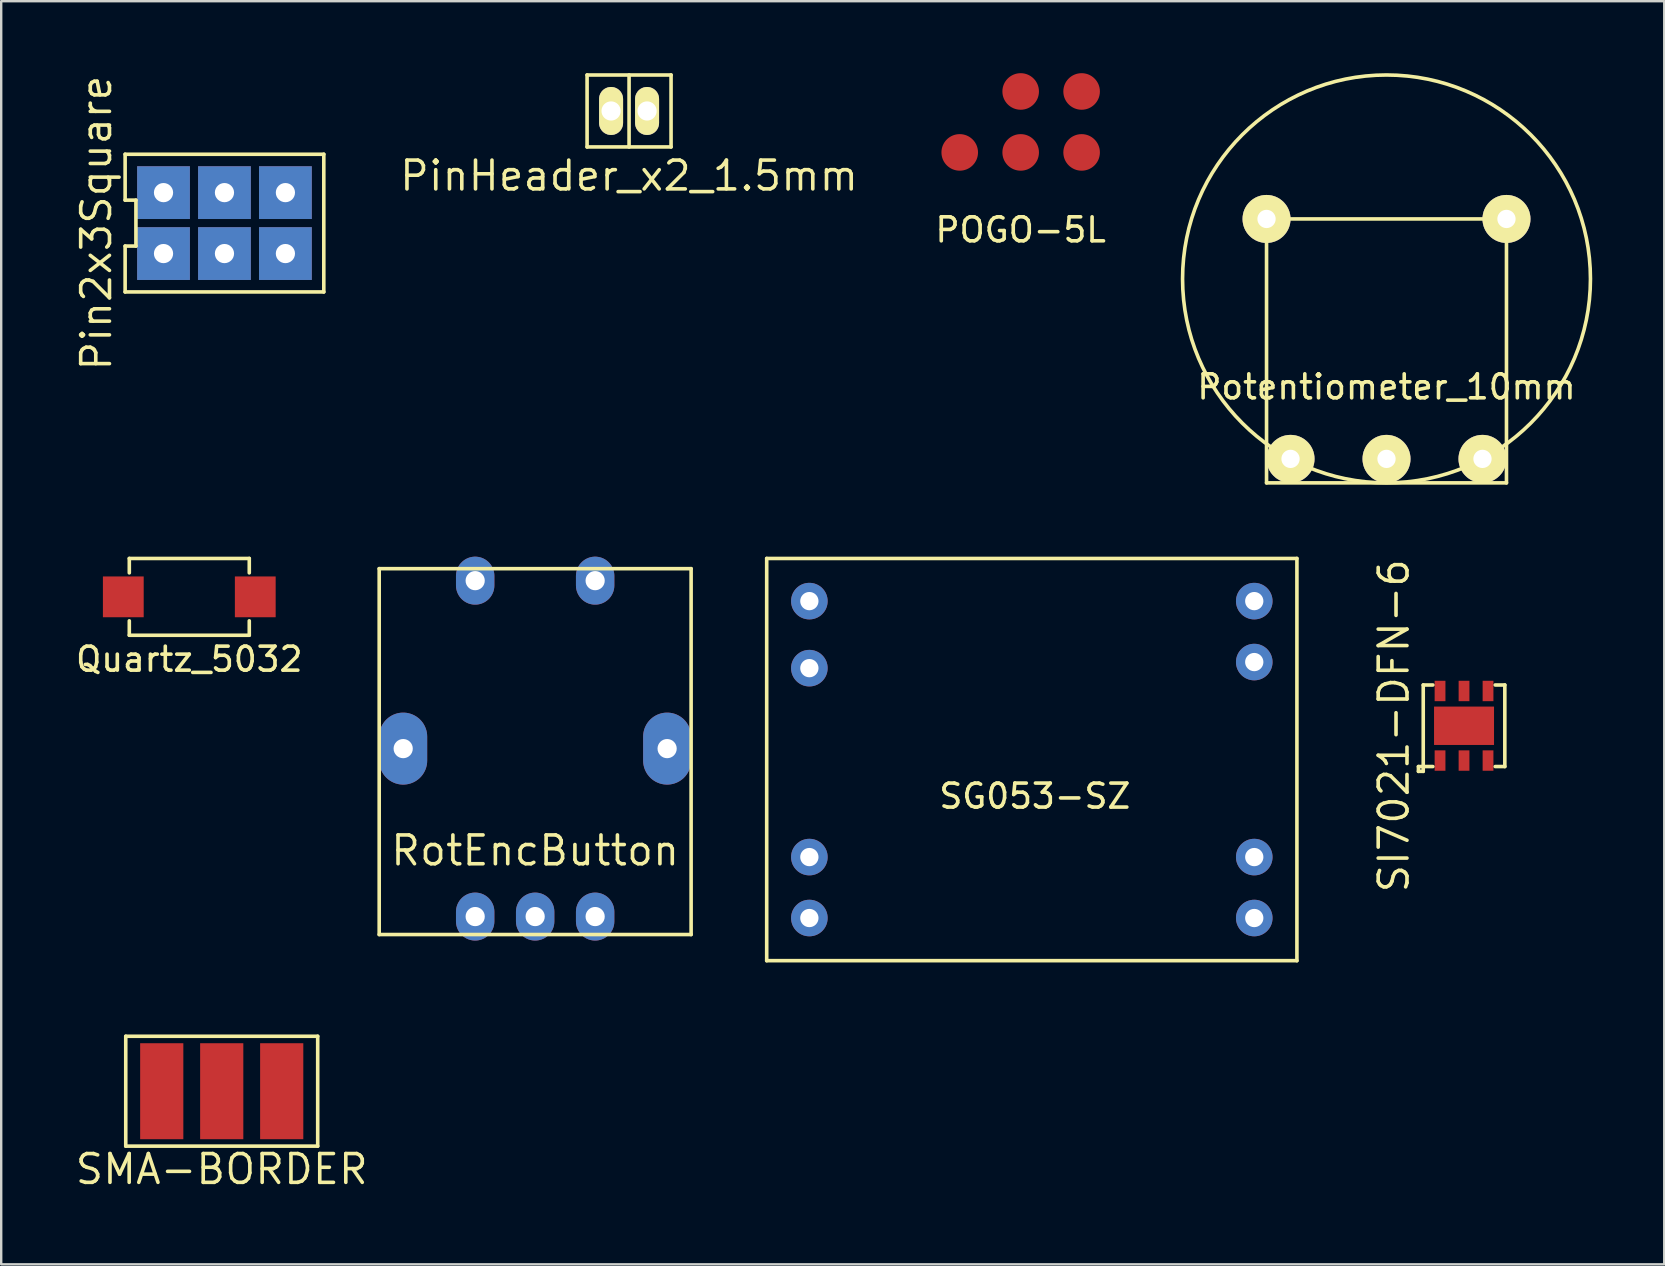
<source format=kicad_pcb>
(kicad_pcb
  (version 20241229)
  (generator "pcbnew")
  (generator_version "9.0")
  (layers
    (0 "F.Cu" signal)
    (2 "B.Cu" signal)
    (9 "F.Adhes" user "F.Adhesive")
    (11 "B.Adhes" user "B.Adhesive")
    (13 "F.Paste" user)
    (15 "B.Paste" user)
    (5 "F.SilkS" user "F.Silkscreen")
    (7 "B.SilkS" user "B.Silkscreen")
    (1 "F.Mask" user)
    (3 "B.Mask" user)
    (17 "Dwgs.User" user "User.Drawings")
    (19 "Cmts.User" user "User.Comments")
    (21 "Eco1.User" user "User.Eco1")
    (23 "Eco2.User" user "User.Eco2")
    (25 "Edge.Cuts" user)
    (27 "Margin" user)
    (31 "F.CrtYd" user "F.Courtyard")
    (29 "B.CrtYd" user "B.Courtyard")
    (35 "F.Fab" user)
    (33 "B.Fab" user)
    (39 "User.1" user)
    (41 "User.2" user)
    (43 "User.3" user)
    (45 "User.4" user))
  (footprint "SI7021-DFN-6"
    (layer "F.Cu")
    (at 57.967 27.198)
    (property "Reference" "SI7021-DFN-6" (at -2.925 0 90) (layer "F.SilkS") (effects (font (size 1.2 1.2) (thickness 0.15))))
    (attr through_hole)
    (fp_line (start -1.9 1.7) (end -1.7 1.7) (stroke (width 0.15) (type solid)) (layer "F.SilkS"))
    (fp_line (start -1.9 1.9) (end -1.9 1.7) (stroke (width 0.15) (type solid)) (layer "F.SilkS"))
    (fp_line (start -1.7 -1.7) (end -1.3 -1.7) (stroke (width 0.15) (type solid)) (layer "F.SilkS"))
    (fp_line (start -1.7 1.7) (end -1.7 -1.7) (stroke (width 0.15) (type solid)) (layer "F.SilkS"))
    (fp_line (start -1.7 1.7) (end -1.7 1.9) (stroke (width 0.15) (type solid)) (layer "F.SilkS"))
    (fp_line (start -1.7 1.9) (end -1.9 1.9) (stroke (width 0.15) (type solid)) (layer "F.SilkS"))
    (fp_line (start -1.3 1.7) (end -1.7 1.7) (stroke (width 0.15) (type solid)) (layer "F.SilkS"))
    (fp_line (start 1.3 -1.7) (end 1.7 -1.7) (stroke (width 0.15) (type solid)) (layer "F.SilkS"))
    (fp_line (start 1.7 -1.7) (end 1.7 1.7) (stroke (width 0.15) (type solid)) (layer "F.SilkS"))
    (fp_line (start 1.7 1.7) (end 1.3 1.7) (stroke (width 0.15) (type solid)) (layer "F.SilkS"))
    (pad "1" smd rect (at -1 1.45) (size 0.45 0.85) (layers "F.Cu" "F.Mask" "F.Paste"))
    (pad "2" smd rect (at 0 1.45) (size 0.45 0.85) (layers "F.Cu" "F.Mask" "F.Paste"))
    (pad "3" smd rect (at 1 1.45) (size 0.45 0.85) (layers "F.Cu" "F.Mask" "F.Paste"))
    (pad "4" smd rect (at 1 -1.45) (size 0.45 0.85) (layers "F.Cu" "F.Mask" "F.Paste"))
    (pad "5" smd rect (at 0 -1.45) (size 0.45 0.85) (layers "F.Cu" "F.Mask" "F.Paste"))
    (pad "6" smd rect (at -1 -1.45) (size 0.45 0.85) (layers "F.Cu" "F.Mask" "F.Paste"))
    (pad "7" smd rect (at 0 0) (size 2.5 1.6) (layers "F.Cu" "F.Mask" "F.Paste")))
  (footprint "PinHeader_x2_1.5mm"
    (layer "F.Cu")
    (at 23.168 1.575)
    (property "Reference" "PinHeader_x2_1.5mm" (at 0 2.7 0) (layer "F.SilkS") (effects (font (size 1.2 1.2) (thickness 0.15))))
    (attr through_hole)
    (fp_line (start -1.75 -1.5) (end 1.75 -1.5) (stroke (width 0.15) (type solid)) (layer "F.SilkS"))
    (fp_line (start -1.75 1.5) (end -1.75 -1.5) (stroke (width 0.15) (type solid)) (layer "F.SilkS"))
    (fp_line (start 0 -1.5) (end 0 1.5) (stroke (width 0.15) (type solid)) (layer "F.SilkS"))
    (fp_line (start 1.75 -1.5) (end 1.75 1.5) (stroke (width 0.15) (type solid)) (layer "F.SilkS"))
    (fp_line (start 1.75 1.5) (end -1.75 1.5) (stroke (width 0.15) (type solid)) (layer "F.SilkS"))
    (pad "1" thru_hole oval (at -0.75 0) (size 1 2) (drill 0.8) (layers "*.Cu" "*.Mask" "F.SilkS"))
    (pad "2" thru_hole oval (at 0.75 0) (size 1 2) (drill 0.8) (layers "*.Cu" "*.Mask" "F.SilkS")))
  (footprint "SMA-BORDER"
    (layer "F.Cu")
    (at 6.191 42.429)
    (property "Reference" "SMA-BORDER" (at 0 3.25 0) (layer "F.SilkS") (effects (font (size 1.2 1.2) (thickness 0.15))))
    (attr through_hole)
    (fp_line (start -4 -2.29) (end -4 2.29) (stroke (width 0.15) (type solid)) (layer "F.SilkS"))
    (fp_line (start -4 2.29) (end 4 2.29) (stroke (width 0.15) (type solid)) (layer "F.SilkS"))
    (fp_line (start 4 -2.29) (end -4 -2.29) (stroke (width 0.15) (type solid)) (layer "F.SilkS"))
    (fp_line (start 4 2.29) (end 4 -2.29) (stroke (width 0.15) (type solid)) (layer "F.SilkS"))
    (pad "1" smd rect (at 0 0) (size 1.8 4) (layers "F.Cu" "F.Mask" "F.Paste"))
    (pad "2" smd rect (at -2.5 0) (size 1.8 4) (layers "F.Cu" "F.Mask" "F.Paste"))
    (pad "2" smd rect (at 2.5 0) (size 1.8 4) (layers "F.Cu" "F.Mask" "F.Paste")))
  (footprint "Quartz_5032"
    (layer "F.Cu")
    (at 4.839 21.825)
    (property "Reference" "Quartz_5032" (at 0 2.6 0) (layer "F.SilkS") (effects (font (size 1 1) (thickness 0.15))))
    (attr through_hole)
    (fp_line (start -2.5 -1.6) (end -2.5 -1) (stroke (width 0.15) (type solid)) (layer "F.SilkS"))
    (fp_line (start -2.5 -1.6) (end 2.5 -1.6) (stroke (width 0.15) (type solid)) (layer "F.SilkS"))
    (fp_line (start -2.5 1.6) (end -2.5 1) (stroke (width 0.15) (type solid)) (layer "F.SilkS"))
    (fp_line (start 2.5 -1.6) (end 2.5 -1) (stroke (width 0.15) (type solid)) (layer "F.SilkS"))
    (fp_line (start 2.5 1.6) (end -2.5 1.6) (stroke (width 0.15) (type solid)) (layer "F.SilkS"))
    (fp_line (start 2.5 1.6) (end 2.5 1) (stroke (width 0.15) (type solid)) (layer "F.SilkS"))
    (pad "1" smd rect (at -2.75 0) (size 1.7 1.7) (layers "F.Cu" "F.Mask" "F.Paste"))
    (pad "2" smd rect (at 2.75 0) (size 1.7 1.7) (layers "F.Cu" "F.Mask" "F.Paste")))
  (footprint "RotEncButton"
    (layer "F.Cu")
    (at 19.254 28.15)
    (property "Reference" "RotEncButton" (at 0 4.25 0) (layer "F.SilkS") (effects (font (size 1.2 1.2) (thickness 0.15))))
    (attr through_hole)
    (fp_line (start -6.5 -7.5) (end 6.5 -7.5) (stroke (width 0.15) (type solid)) (layer "F.SilkS"))
    (fp_line (start -6.5 7.75) (end -6.5 -7.5) (stroke (width 0.15) (type solid)) (layer "F.SilkS"))
    (fp_line (start 6.5 -7.5) (end 6.5 7.75) (stroke (width 0.15) (type solid)) (layer "F.SilkS"))
    (fp_line (start 6.5 7.75) (end -6.5 7.75) (stroke (width 0.15) (type solid)) (layer "F.SilkS"))
    (pad "1" thru_hole oval (at -2.5 -7) (size 1.6 2) (drill 0.8) (layers "*.Cu" "*.Mask"))
    (pad "2" thru_hole oval (at 2.5 -7) (size 1.6 2) (drill 0.8) (layers "*.Cu" "*.Mask"))
    (pad "A" thru_hole oval (at -2.5 7) (size 1.6 2) (drill 0.8) (layers "*.Cu" "*.Mask"))
    (pad "B" thru_hole oval (at 2.5 7) (size 1.6 2) (drill 0.8) (layers "*.Cu" "*.Mask"))
    (pad "C" thru_hole oval (at 0 7) (size 1.6 2) (drill 0.8) (layers "*.Cu" "*.Mask"))
    (pad "GND" thru_hole oval (at -5.5 0) (size 2 3) (drill 0.8) (layers "*.Cu" "*.Mask"))
    (pad "GND" thru_hole oval (at 5.5 0) (size 2 3) (drill 0.8) (layers "*.Cu" "*.Mask")))
  (footprint "POGO-5L"
    (layer "F.Cu")
    (at 39.489 2.032)
    (property "Reference" "POGO-5L" (at 0 4.5 0) (layer "F.SilkS") (effects (font (size 1 1) (thickness 0.15))))
    (attr through_hole)
    (pad "1" smd circle (at -2.54 1.27) (size 1.524 1.524) (layers "F.Cu" "F.Mask" "F.Paste"))
    (pad "2" smd circle (at 0 1.27) (size 1.524 1.524) (layers "F.Cu" "F.Mask" "F.Paste"))
    (pad "3" smd circle (at 0 -1.27) (size 1.524 1.524) (layers "F.Cu" "F.Mask" "F.Paste"))
    (pad "4" smd circle (at 2.54 1.27) (size 1.524 1.524) (layers "F.Cu" "F.Mask" "F.Paste"))
    (pad "5" smd circle (at 2.54 -1.27) (size 1.524 1.524) (layers "F.Cu" "F.Mask" "F.Paste")))
  (footprint "Potentiometer_10mm"
    (layer "F.Cu")
    (at 54.736 11.075)
    (property "Reference" "Potentiometer_10mm" (at 0 2 0) (layer "F.SilkS") (effects (font (size 1 1) (thickness 0.15))))
    (attr through_hole)
    (fp_line (start -5 -5) (end -5 6) (stroke (width 0.15) (type solid)) (layer "F.SilkS"))
    (fp_line (start -5 6) (end 5 6) (stroke (width 0.15) (type solid)) (layer "F.SilkS"))
    (fp_line (start 5 -5) (end -5 -5) (stroke (width 0.15) (type solid)) (layer "F.SilkS"))
    (fp_line (start 5 6) (end 5 -5) (stroke (width 0.15) (type solid)) (layer "F.SilkS"))
    (fp_circle (center 0 -2.5) (end 8.5 -2.5) (stroke (width 0.15) (type solid)) (fill no) (layer "F.SilkS"))
    (pad "1" thru_hole circle (at -4 5) (size 2 2) (drill 0.762) (layers "*.Cu" "*.Mask" "F.SilkS"))
    (pad "2" thru_hole circle (at 0 5) (size 2 2) (drill 0.762) (layers "*.Cu" "*.Mask" "F.SilkS"))
    (pad "3" thru_hole circle (at 4 5) (size 2 2) (drill 0.762) (layers "*.Cu" "*.Mask" "F.SilkS"))
    (pad "4" thru_hole circle (at 5 -5) (size 2 2) (drill 0.762) (layers "*.Cu" "*.Mask" "F.SilkS"))
    (pad "5" thru_hole circle (at -5 -5) (size 2 2) (drill 0.762) (layers "*.Cu" "*.Mask" "F.SilkS")))
  (footprint "SG053-SZ"
    (layer "F.Cu")
    (at 40.08 28.607)
    (property "Reference" "SG053-SZ" (at 0 1.524 0) (layer "F.SilkS") (effects (font (size 1 1) (thickness 0.15))))
    (attr through_hole)
    (fp_line (start -11.176 -8.382) (end 10.922 -8.382) (stroke (width 0.15) (type solid)) (layer "F.SilkS"))
    (fp_line (start -11.176 8.382) (end -11.176 -8.382) (stroke (width 0.15) (type solid)) (layer "F.SilkS"))
    (fp_line (start 10.922 -8.382) (end 10.922 8.382) (stroke (width 0.15) (type solid)) (layer "F.SilkS"))
    (fp_line (start 10.922 8.382) (end -11.176 8.382) (stroke (width 0.15) (type solid)) (layer "F.SilkS"))
    (pad "1" thru_hole circle (at -9.398 4.064) (size 1.524 1.524) (drill 0.762) (layers "*.Cu" "*.Mask"))
    (pad "1" thru_hole circle (at -9.398 6.604) (size 1.524 1.524) (drill 0.762) (layers "*.Cu" "*.Mask"))
    (pad "2" thru_hole circle (at 9.144 4.064) (size 1.524 1.524) (drill 0.762) (layers "*.Cu" "*.Mask"))
    (pad "2" thru_hole circle (at 9.144 6.604) (size 1.524 1.524) (drill 0.762) (layers "*.Cu" "*.Mask"))
    (pad "3" thru_hole circle (at 9.144 -6.604) (size 1.524 1.524) (drill 0.762) (layers "*.Cu" "*.Mask"))
    (pad "3" thru_hole circle (at 9.144 -4.064) (size 1.524 1.524) (drill 0.762) (layers "*.Cu" "*.Mask"))
    (pad "4" thru_hole circle (at -9.398 -6.604) (size 1.524 1.524) (drill 0.762) (layers "*.Cu" "*.Mask"))
    (pad "4" thru_hole circle (at -9.398 -3.81) (size 1.524 1.524) (drill 0.762) (layers "*.Cu" "*.Mask")))
  (footprint "Pin2x3Square"
    (layer "F.Cu")
    (at 6.305 6.248)
    (property "Reference" "Pin2x3Square" (at -5.34 0 90) (layer "F.SilkS") (effects (font (size 1.2 1.2) (thickness 0.15))))
    (attr through_hole)
    (fp_line (start -4.14 -2.87) (end -4.14 -0.957) (stroke (width 0.15) (type solid)) (layer "F.SilkS"))
    (fp_line (start -4.14 -0.957) (end -3.69 -0.957) (stroke (width 0.15) (type solid)) (layer "F.SilkS"))
    (fp_line (start -4.14 0.957) (end -4.14 2.87) (stroke (width 0.15) (type solid)) (layer "F.SilkS"))
    (fp_line (start -4.14 2.87) (end 4.14 2.87) (stroke (width 0.15) (type solid)) (layer "F.SilkS"))
    (fp_line (start -3.69 -0.957) (end -3.69 0.957) (stroke (width 0.15) (type solid)) (layer "F.SilkS"))
    (fp_line (start -3.69 0.957) (end -4.14 0.957) (stroke (width 0.15) (type solid)) (layer "F.SilkS"))
    (fp_line (start 4.14 -2.87) (end -4.14 -2.87) (stroke (width 0.15) (type solid)) (layer "F.SilkS"))
    (fp_line (start 4.14 2.87) (end 4.14 -2.87) (stroke (width 0.15) (type solid)) (layer "F.SilkS"))
    (pad "1" thru_hole rect (at -2.54 1.27) (size 2.2 2.2) (drill 0.8) (layers "*.Cu" "*.Mask"))
    (pad "2" thru_hole rect (at -2.54 -1.27) (size 2.2 2.2) (drill 0.8) (layers "*.Cu" "*.Mask"))
    (pad "3" thru_hole rect (at 0 1.27) (size 2.2 2.2) (drill 0.8) (layers "*.Cu" "*.Mask"))
    (pad "4" thru_hole rect (at 0 -1.27) (size 2.2 2.2) (drill 0.8) (layers "*.Cu" "*.Mask"))
    (pad "5" thru_hole rect (at 2.54 1.27) (size 2.2 2.2) (drill 0.8) (layers "*.Cu" "*.Mask"))
    (pad "6" thru_hole rect (at 2.54 -1.27) (size 2.2 2.2) (drill 0.8) (layers "*.Cu" "*.Mask")))
  (gr_rect
    (start -3 -3)
    (end 66.311 49.644)
    (stroke (width 0.1) (type default))
    (fill no)
    (layer "Edge.Cuts")))
</source>
